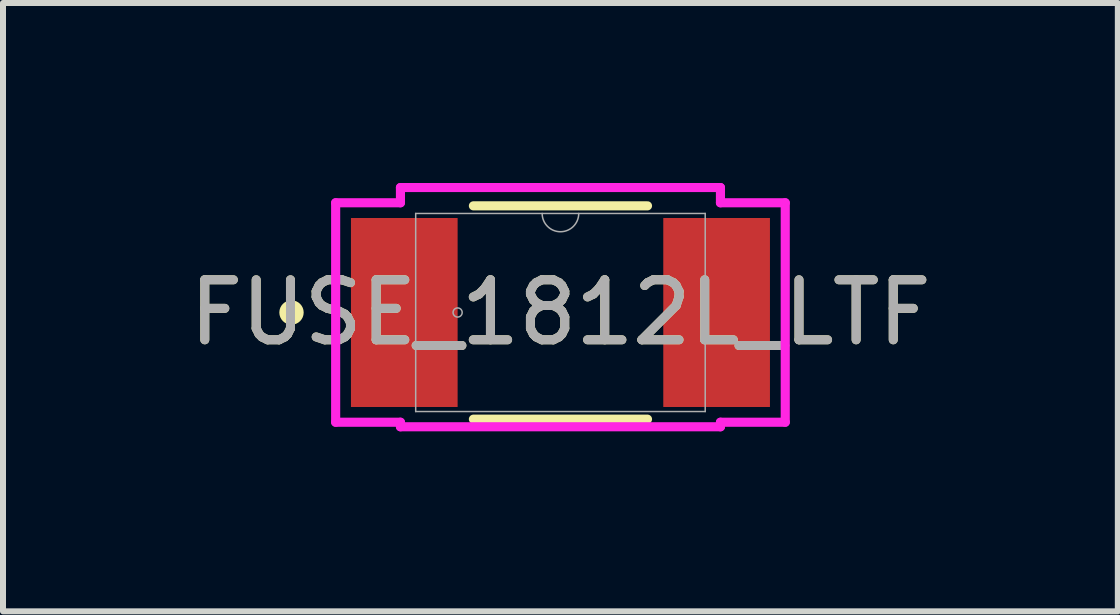
<source format=kicad_pcb>
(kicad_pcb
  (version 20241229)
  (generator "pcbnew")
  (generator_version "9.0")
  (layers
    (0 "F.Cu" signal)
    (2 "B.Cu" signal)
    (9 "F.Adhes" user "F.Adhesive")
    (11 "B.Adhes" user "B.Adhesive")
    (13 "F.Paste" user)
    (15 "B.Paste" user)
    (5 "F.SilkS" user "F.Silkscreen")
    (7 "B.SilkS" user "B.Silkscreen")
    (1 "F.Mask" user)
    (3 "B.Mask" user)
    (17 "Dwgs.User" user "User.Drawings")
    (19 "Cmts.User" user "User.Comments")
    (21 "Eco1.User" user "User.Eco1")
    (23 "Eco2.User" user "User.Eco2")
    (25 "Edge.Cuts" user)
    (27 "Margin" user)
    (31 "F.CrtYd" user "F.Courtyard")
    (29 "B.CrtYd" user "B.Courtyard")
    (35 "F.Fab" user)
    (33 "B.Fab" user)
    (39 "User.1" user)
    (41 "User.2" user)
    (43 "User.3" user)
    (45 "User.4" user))
  (footprint "FUSE_1812L_LTF"
    (layer "F.Cu")
    (at 6.292 2.159)
    (property "Reference" "FUSE_1812L_LTF" (at 0 0 0) (unlocked yes) (layer "F.SilkS") (effects (font (size 1 1) (thickness 0.15))))
    (attr smd)
    (fp_line (start -1.451 1.778) (end 1.451 1.778) (stroke (width 0.152) (type solid)) (layer "F.SilkS"))
    (fp_line (start 1.451 -1.778) (end -1.451 -1.778) (stroke (width 0.152) (type solid)) (layer "F.SilkS"))
    (fp_circle (center -4.483 0) (end -4.356 0) (stroke (width 0.152) (type solid)) (fill no) (layer "F.SilkS"))
    (fp_line (start -3.747 -1.829) (end -2.667 -1.829) (stroke (width 0.152) (type solid)) (layer "F.CrtYd"))
    (fp_line (start -3.747 1.829) (end -3.747 -1.829) (stroke (width 0.152) (type solid)) (layer "F.CrtYd"))
    (fp_line (start -3.747 1.829) (end -2.667 1.829) (stroke (width 0.152) (type solid)) (layer "F.CrtYd"))
    (fp_line (start -2.667 -2.083) (end 2.667 -2.083) (stroke (width 0.152) (type solid)) (layer "F.CrtYd"))
    (fp_line (start -2.667 -1.829) (end -2.667 -2.083) (stroke (width 0.152) (type solid)) (layer "F.CrtYd"))
    (fp_line (start -2.667 1.905) (end -2.667 1.829) (stroke (width 0.152) (type solid)) (layer "F.CrtYd"))
    (fp_line (start 2.667 -2.083) (end 2.667 -1.829) (stroke (width 0.152) (type solid)) (layer "F.CrtYd"))
    (fp_line (start 2.667 1.829) (end 2.667 1.905) (stroke (width 0.152) (type solid)) (layer "F.CrtYd"))
    (fp_line (start 2.667 1.905) (end -2.667 1.905) (stroke (width 0.152) (type solid)) (layer "F.CrtYd"))
    (fp_line (start 3.747 -1.829) (end 2.667 -1.829) (stroke (width 0.152) (type solid)) (layer "F.CrtYd"))
    (fp_line (start 3.747 -1.829) (end 3.747 1.829) (stroke (width 0.152) (type solid)) (layer "F.CrtYd"))
    (fp_line (start 3.747 1.829) (end 2.667 1.829) (stroke (width 0.152) (type solid)) (layer "F.CrtYd"))
    (fp_line (start -2.413 -1.651) (end -2.413 1.651) (stroke (width 0.025) (type solid)) (layer "F.Fab"))
    (fp_line (start -2.413 1.651) (end 2.413 1.651) (stroke (width 0.025) (type solid)) (layer "F.Fab"))
    (fp_line (start 2.413 -1.651) (end -2.413 -1.651) (stroke (width 0.025) (type solid)) (layer "F.Fab"))
    (fp_line (start 2.413 1.651) (end 2.413 -1.651) (stroke (width 0.025) (type solid)) (layer "F.Fab"))
    (fp_arc (start 0.3048 -1.651) (mid 0 -1.3462) (end -0.3048 -1.651) (stroke (width 0.0254) (type solid)) (layer "F.Fab"))
    (fp_circle (center -1.714 0) (end -1.638 0) (stroke (width 0.025) (type solid)) (fill no) (layer "F.Fab"))
    (fp_text user "${REFERENCE}" (at 0 0 0) (unlocked yes) (layer "F.Fab") (effects (font (size 1 1) (thickness 0.15))))
    (pad "1" smd rect (at -2.603 0) (size 1.778 3.15) (layers "F.Cu" "F.Mask" "F.Paste"))
    (pad "2" smd rect (at 2.603 0) (size 1.778 3.15) (layers "F.Cu" "F.Mask" "F.Paste")))
  (gr_rect
    (start -3 -3)
    (end 15.583 7.14)
    (stroke (width 0.1) (type default))
    (fill no)
    (layer "Edge.Cuts")))
</source>
